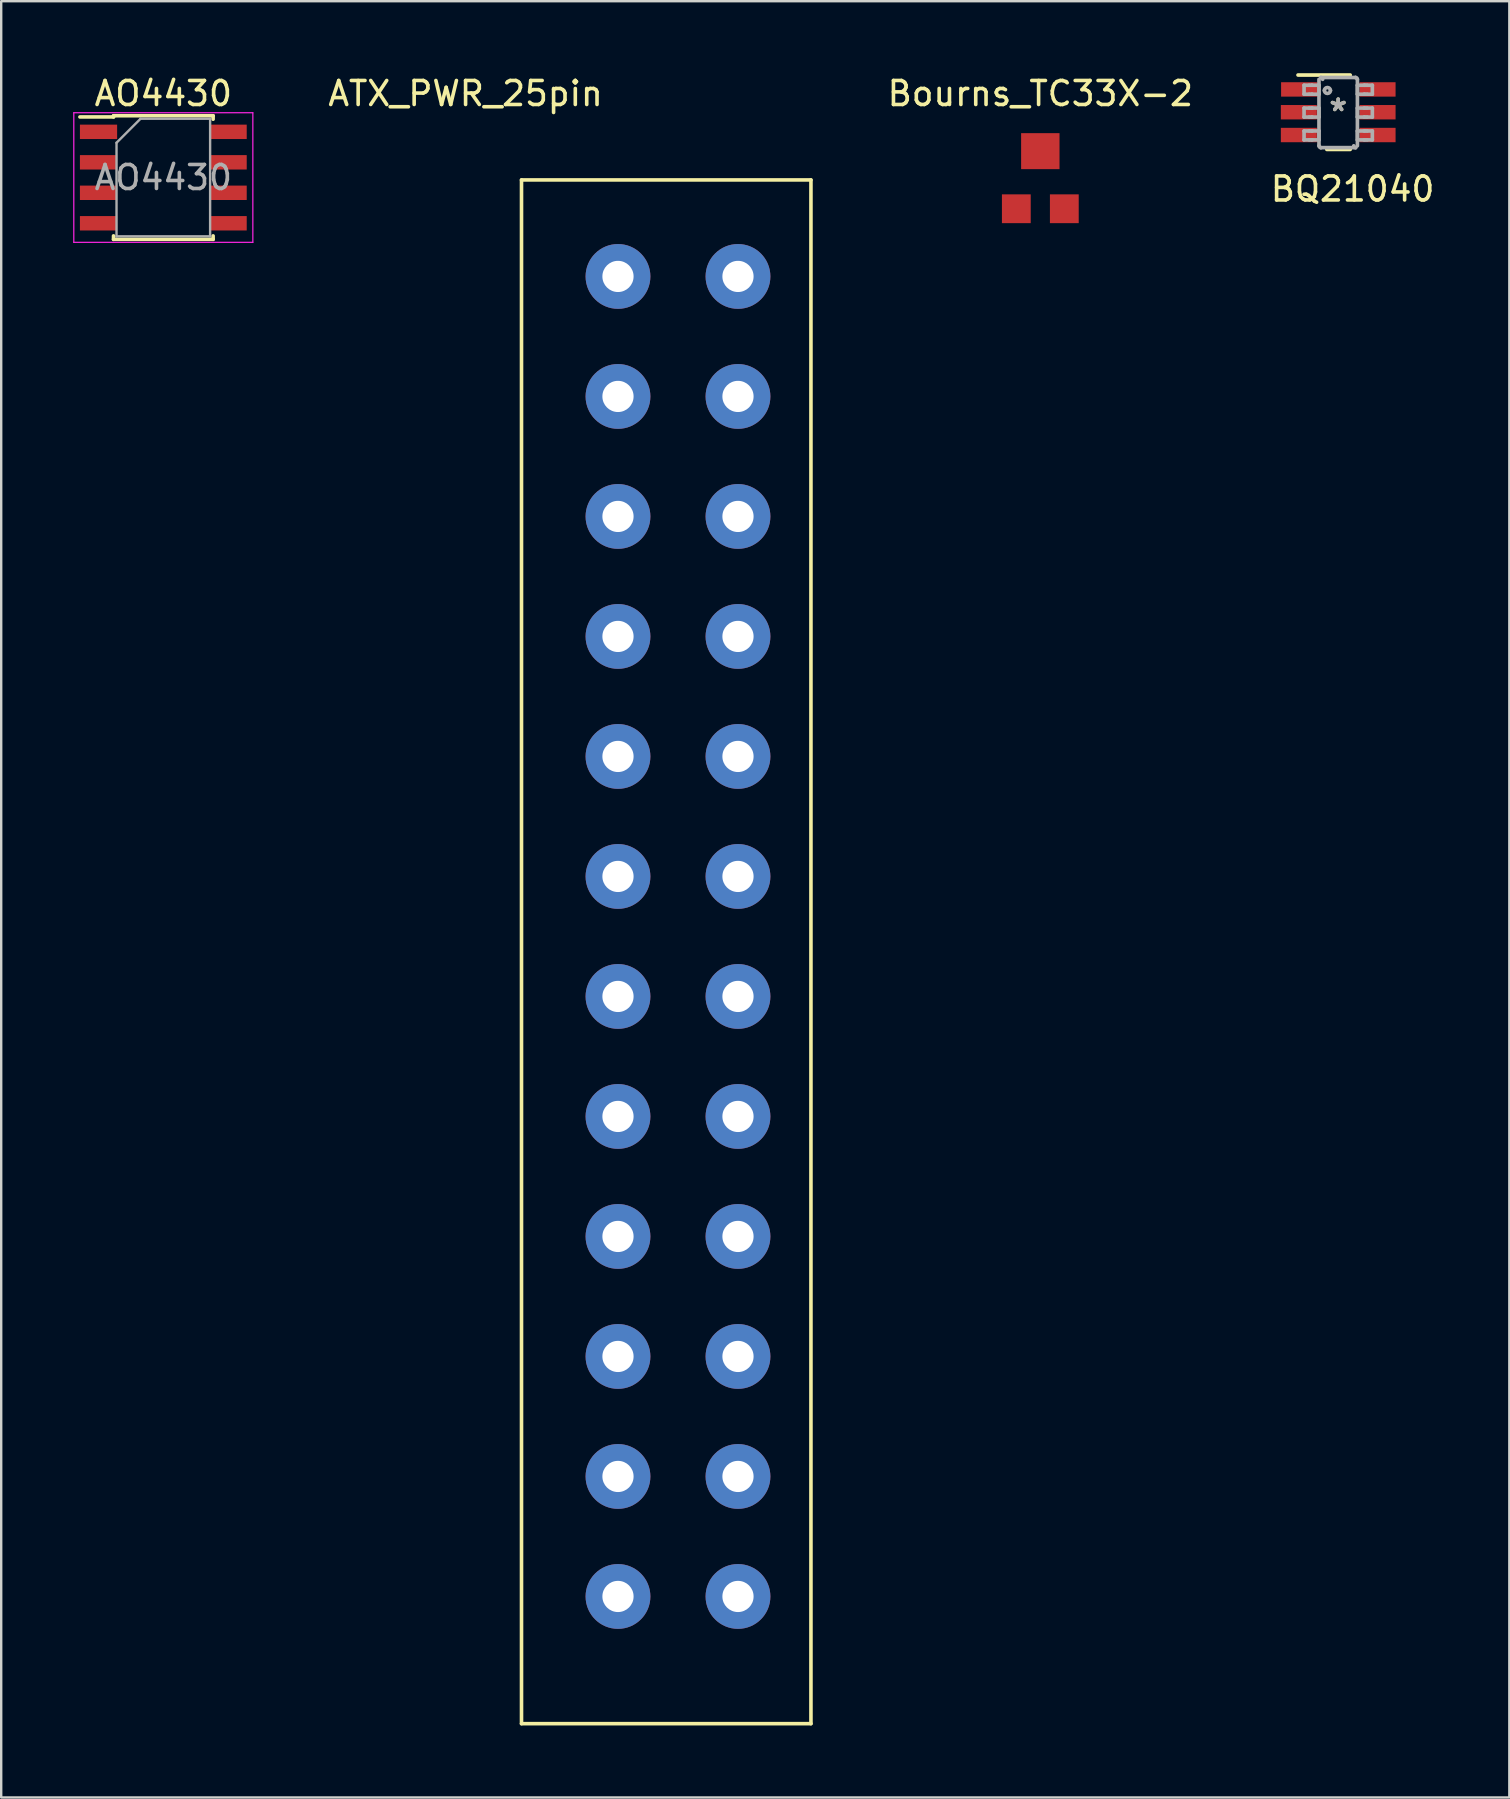
<source format=kicad_pcb>
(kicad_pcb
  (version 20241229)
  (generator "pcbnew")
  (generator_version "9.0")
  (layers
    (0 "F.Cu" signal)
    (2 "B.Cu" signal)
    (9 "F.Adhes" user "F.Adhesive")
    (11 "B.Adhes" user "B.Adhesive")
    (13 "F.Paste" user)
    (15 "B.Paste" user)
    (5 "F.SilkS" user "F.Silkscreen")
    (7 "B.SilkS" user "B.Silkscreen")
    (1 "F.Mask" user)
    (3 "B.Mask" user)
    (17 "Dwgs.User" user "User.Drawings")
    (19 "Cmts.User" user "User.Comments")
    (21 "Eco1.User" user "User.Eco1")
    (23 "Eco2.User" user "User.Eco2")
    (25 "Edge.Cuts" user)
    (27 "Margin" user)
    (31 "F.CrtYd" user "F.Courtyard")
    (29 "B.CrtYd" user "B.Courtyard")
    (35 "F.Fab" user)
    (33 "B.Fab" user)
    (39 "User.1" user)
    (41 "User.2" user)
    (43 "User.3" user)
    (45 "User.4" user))
  (footprint "Bourns_TC33X-2"
    (layer "F.Cu")
    (at 40.296 3.248)
    (property "Reference" "Bourns_TC33X-2" (at 0 -2.4 0) (layer "F.SilkS") (effects (font (size 1 1) (thickness 0.15))))
    (attr through_hole)
    (pad "1" smd rect (at 0 0) (size 1.6 1.5) (layers "F.Cu" "F.Mask" "F.Paste"))
    (pad "2" smd rect (at 1 2.4) (size 1.2 1.2) (layers "F.Cu" "F.Mask" "F.Paste"))
    (pad "3" smd rect (at -1 2.4) (size 1.2 1.2) (layers "F.Cu" "F.Mask" "F.Paste")))
  (footprint "AO4430"
    (layer "F.Cu")
    (at 3.755 4.348)
    (property "Reference" "AO4430" (at 0 -3.5 0) (layer "F.SilkS") (effects (font (size 1 1) (thickness 0.15))))
    (attr smd)
    (fp_line (start -2.075 -2.575) (end -2.075 -2.525) (stroke (width 0.15) (type solid)) (layer "F.SilkS"))
    (fp_line (start -2.075 -2.575) (end 2.075 -2.575) (stroke (width 0.15) (type solid)) (layer "F.SilkS"))
    (fp_line (start -2.075 -2.525) (end -3.475 -2.525) (stroke (width 0.15) (type solid)) (layer "F.SilkS"))
    (fp_line (start -2.075 2.575) (end -2.075 2.43) (stroke (width 0.15) (type solid)) (layer "F.SilkS"))
    (fp_line (start -2.075 2.575) (end 2.075 2.575) (stroke (width 0.15) (type solid)) (layer "F.SilkS"))
    (fp_line (start 2.075 -2.575) (end 2.075 -2.43) (stroke (width 0.15) (type solid)) (layer "F.SilkS"))
    (fp_line (start 2.075 2.575) (end 2.075 2.43) (stroke (width 0.15) (type solid)) (layer "F.SilkS"))
    (fp_line (start -3.73 -2.7) (end -3.73 2.7) (stroke (width 0.05) (type solid)) (layer "F.CrtYd"))
    (fp_line (start -3.73 -2.7) (end 3.73 -2.7) (stroke (width 0.05) (type solid)) (layer "F.CrtYd"))
    (fp_line (start -3.73 2.7) (end 3.73 2.7) (stroke (width 0.05) (type solid)) (layer "F.CrtYd"))
    (fp_line (start 3.73 -2.7) (end 3.73 2.7) (stroke (width 0.05) (type solid)) (layer "F.CrtYd"))
    (fp_line (start -1.95 -1.45) (end -0.95 -2.45) (stroke (width 0.1) (type solid)) (layer "F.Fab"))
    (fp_line (start -1.95 2.45) (end -1.95 -1.45) (stroke (width 0.1) (type solid)) (layer "F.Fab"))
    (fp_line (start -0.95 -2.45) (end 1.95 -2.45) (stroke (width 0.1) (type solid)) (layer "F.Fab"))
    (fp_line (start 1.95 -2.45) (end 1.95 2.45) (stroke (width 0.1) (type solid)) (layer "F.Fab"))
    (fp_line (start 1.95 2.45) (end -1.95 2.45) (stroke (width 0.1) (type solid)) (layer "F.Fab"))
    (fp_text user "${REFERENCE}" (at 0 0 0) (layer "F.Fab") (effects (font (size 1 1) (thickness 0.15))))
    (pad "1" smd rect (at -2.7 1.905) (size 1.55 0.6) (layers "F.Cu" "F.Mask" "F.Paste"))
    (pad "2" smd rect (at 2.7 -1.905) (size 1.55 0.6) (layers "F.Cu" "F.Mask" "F.Paste"))
    (pad "2" smd rect (at 2.7 -0.635) (size 1.55 0.6) (layers "F.Cu" "F.Mask" "F.Paste"))
    (pad "2" smd rect (at 2.7 0.635) (size 1.55 0.6) (layers "F.Cu" "F.Mask" "F.Paste"))
    (pad "2" smd rect (at 2.7 1.905) (size 1.55 0.6) (layers "F.Cu" "F.Mask" "F.Paste"))
    (pad "3" smd rect (at -2.7 -1.905) (size 1.55 0.6) (layers "F.Cu" "F.Mask" "F.Paste"))
    (pad "3" smd rect (at -2.7 -0.635) (size 1.55 0.6) (layers "F.Cu" "F.Mask" "F.Paste"))
    (pad "3" smd rect (at -2.7 0.635) (size 1.55 0.6) (layers "F.Cu" "F.Mask" "F.Paste")))
  (footprint "BQ21040"
    (layer "F.Cu")
    (at 52.708 1.626)
    (property "Reference" "BQ21040" (at 0.6 3.2 0) (layer "F.SilkS") (effects (font (size 1 1) (thickness 0.15))))
    (attr through_hole)
    (fp_line (start -1.675 -1.55) (end 0.5 -1.55) (stroke (width 0.152) (type solid)) (layer "F.SilkS"))
    (fp_line (start -0.475 1.55) (end 0.5 1.55) (stroke (width 0.152) (type solid)) (layer "F.SilkS"))
    (fp_line (start -1.423 -1.125) (end -1.206 -1.125) (stroke (width 0.152) (type solid)) (layer "F.Fab"))
    (fp_line (start -1.423 -0.751) (end -1.423 -1.125) (stroke (width 0.152) (type solid)) (layer "F.Fab"))
    (fp_line (start -1.423 -0.751) (end -1.206 -0.751) (stroke (width 0.152) (type solid)) (layer "F.Fab"))
    (fp_line (start -1.423 -0.173) (end -1.206 -0.173) (stroke (width 0.152) (type solid)) (layer "F.Fab"))
    (fp_line (start -1.423 0.202) (end -1.423 -0.173) (stroke (width 0.152) (type solid)) (layer "F.Fab"))
    (fp_line (start -1.423 0.202) (end -1.206 0.202) (stroke (width 0.152) (type solid)) (layer "F.Fab"))
    (fp_line (start -1.423 0.78) (end -1.206 0.78) (stroke (width 0.152) (type solid)) (layer "F.Fab"))
    (fp_line (start -1.423 1.154) (end -1.423 0.78) (stroke (width 0.152) (type solid)) (layer "F.Fab"))
    (fp_line (start -1.423 1.154) (end -1.206 1.154) (stroke (width 0.152) (type solid)) (layer "F.Fab"))
    (fp_line (start -1.206 -1.125) (end -1.113 -1.125) (stroke (width 0.152) (type solid)) (layer "F.Fab"))
    (fp_line (start -1.206 -0.751) (end -1.113 -0.751) (stroke (width 0.152) (type solid)) (layer "F.Fab"))
    (fp_line (start -1.206 -0.173) (end -1.113 -0.173) (stroke (width 0.152) (type solid)) (layer "F.Fab"))
    (fp_line (start -1.206 0.202) (end -1.113 0.202) (stroke (width 0.152) (type solid)) (layer "F.Fab"))
    (fp_line (start -1.206 0.78) (end -1.113 0.78) (stroke (width 0.152) (type solid)) (layer "F.Fab"))
    (fp_line (start -1.206 1.154) (end -1.113 1.154) (stroke (width 0.152) (type solid)) (layer "F.Fab"))
    (fp_line (start -1.113 -1.125) (end -1.081 -1.125) (stroke (width 0.152) (type solid)) (layer "F.Fab"))
    (fp_line (start -1.113 -0.751) (end -1.081 -0.751) (stroke (width 0.152) (type solid)) (layer "F.Fab"))
    (fp_line (start -1.113 -0.173) (end -1.081 -0.173) (stroke (width 0.152) (type solid)) (layer "F.Fab"))
    (fp_line (start -1.113 0.202) (end -1.081 0.202) (stroke (width 0.152) (type solid)) (layer "F.Fab"))
    (fp_line (start -1.113 0.78) (end -1.081 0.78) (stroke (width 0.152) (type solid)) (layer "F.Fab"))
    (fp_line (start -1.113 1.154) (end -1.081 1.154) (stroke (width 0.152) (type solid)) (layer "F.Fab"))
    (fp_line (start -1.081 -1.125) (end -0.828 -1.125) (stroke (width 0.152) (type solid)) (layer "F.Fab"))
    (fp_line (start -1.081 -0.751) (end -0.828 -0.751) (stroke (width 0.152) (type solid)) (layer "F.Fab"))
    (fp_line (start -1.081 -0.173) (end -0.828 -0.173) (stroke (width 0.152) (type solid)) (layer "F.Fab"))
    (fp_line (start -1.081 0.202) (end -0.828 0.202) (stroke (width 0.152) (type solid)) (layer "F.Fab"))
    (fp_line (start -1.081 0.78) (end -0.828 0.78) (stroke (width 0.152) (type solid)) (layer "F.Fab"))
    (fp_line (start -1.081 1.154) (end -0.828 1.154) (stroke (width 0.152) (type solid)) (layer "F.Fab"))
    (fp_line (start -0.828 -1.125) (end -0.801 -1.125) (stroke (width 0.152) (type solid)) (layer "F.Fab"))
    (fp_line (start -0.828 -0.751) (end -0.801 -0.751) (stroke (width 0.152) (type solid)) (layer "F.Fab"))
    (fp_line (start -0.828 -0.173) (end -0.801 -0.173) (stroke (width 0.152) (type solid)) (layer "F.Fab"))
    (fp_line (start -0.828 0.202) (end -0.801 0.202) (stroke (width 0.152) (type solid)) (layer "F.Fab"))
    (fp_line (start -0.828 0.78) (end -0.801 0.78) (stroke (width 0.152) (type solid)) (layer "F.Fab"))
    (fp_line (start -0.828 1.154) (end -0.801 1.154) (stroke (width 0.152) (type solid)) (layer "F.Fab"))
    (fp_line (start -0.801 -0.751) (end -0.801 -1.125) (stroke (width 0.152) (type solid)) (layer "F.Fab"))
    (fp_line (start -0.801 0.202) (end -0.801 -0.173) (stroke (width 0.152) (type solid)) (layer "F.Fab"))
    (fp_line (start -0.801 1.154) (end -0.801 0.78) (stroke (width 0.152) (type solid)) (layer "F.Fab"))
    (fp_line (start -0.801 1.399) (end -0.801 -1.37) (stroke (width 0.152) (type solid)) (layer "F.Fab"))
    (fp_line (start -0.725 -1.446) (end -0.724 -1.446) (stroke (width 0.152) (type solid)) (layer "F.Fab"))
    (fp_line (start -0.725 1.475) (end -0.724 1.475) (stroke (width 0.152) (type solid)) (layer "F.Fab"))
    (fp_line (start -0.724 -1.446) (end 0.723 -1.446) (stroke (width 0.152) (type solid)) (layer "F.Fab"))
    (fp_line (start -0.724 1.475) (end 0.723 1.475) (stroke (width 0.152) (type solid)) (layer "F.Fab"))
    (fp_line (start 0.723 -1.446) (end 0.724 -1.446) (stroke (width 0.152) (type solid)) (layer "F.Fab"))
    (fp_line (start 0.723 1.475) (end 0.724 1.475) (stroke (width 0.152) (type solid)) (layer "F.Fab"))
    (fp_line (start 0.8 -1.125) (end 0.827 -1.125) (stroke (width 0.152) (type solid)) (layer "F.Fab"))
    (fp_line (start 0.8 -0.751) (end 0.8 -1.125) (stroke (width 0.152) (type solid)) (layer "F.Fab"))
    (fp_line (start 0.8 -0.751) (end 0.827 -0.751) (stroke (width 0.152) (type solid)) (layer "F.Fab"))
    (fp_line (start 0.8 -0.173) (end 0.827 -0.173) (stroke (width 0.152) (type solid)) (layer "F.Fab"))
    (fp_line (start 0.8 0.202) (end 0.8 -0.173) (stroke (width 0.152) (type solid)) (layer "F.Fab"))
    (fp_line (start 0.8 0.202) (end 0.827 0.202) (stroke (width 0.152) (type solid)) (layer "F.Fab"))
    (fp_line (start 0.8 0.78) (end 0.827 0.78) (stroke (width 0.152) (type solid)) (layer "F.Fab"))
    (fp_line (start 0.8 1.154) (end 0.8 0.78) (stroke (width 0.152) (type solid)) (layer "F.Fab"))
    (fp_line (start 0.8 1.154) (end 0.827 1.154) (stroke (width 0.152) (type solid)) (layer "F.Fab"))
    (fp_line (start 0.8 1.399) (end 0.8 -1.37) (stroke (width 0.152) (type solid)) (layer "F.Fab"))
    (fp_line (start 0.827 -1.125) (end 1.08 -1.125) (stroke (width 0.152) (type solid)) (layer "F.Fab"))
    (fp_line (start 0.827 -0.751) (end 1.08 -0.751) (stroke (width 0.152) (type solid)) (layer "F.Fab"))
    (fp_line (start 0.827 -0.173) (end 1.08 -0.173) (stroke (width 0.152) (type solid)) (layer "F.Fab"))
    (fp_line (start 0.827 0.202) (end 1.08 0.202) (stroke (width 0.152) (type solid)) (layer "F.Fab"))
    (fp_line (start 0.827 0.78) (end 1.08 0.78) (stroke (width 0.152) (type solid)) (layer "F.Fab"))
    (fp_line (start 0.827 1.154) (end 1.08 1.154) (stroke (width 0.152) (type solid)) (layer "F.Fab"))
    (fp_line (start 1.08 -1.125) (end 1.112 -1.125) (stroke (width 0.152) (type solid)) (layer "F.Fab"))
    (fp_line (start 1.08 -0.751) (end 1.112 -0.751) (stroke (width 0.152) (type solid)) (layer "F.Fab"))
    (fp_line (start 1.08 -0.173) (end 1.112 -0.173) (stroke (width 0.152) (type solid)) (layer "F.Fab"))
    (fp_line (start 1.08 0.202) (end 1.112 0.202) (stroke (width 0.152) (type solid)) (layer "F.Fab"))
    (fp_line (start 1.08 0.78) (end 1.112 0.78) (stroke (width 0.152) (type solid)) (layer "F.Fab"))
    (fp_line (start 1.08 1.154) (end 1.112 1.154) (stroke (width 0.152) (type solid)) (layer "F.Fab"))
    (fp_line (start 1.112 -1.125) (end 1.205 -1.125) (stroke (width 0.152) (type solid)) (layer "F.Fab"))
    (fp_line (start 1.112 -0.751) (end 1.205 -0.751) (stroke (width 0.152) (type solid)) (layer "F.Fab"))
    (fp_line (start 1.112 -0.173) (end 1.205 -0.173) (stroke (width 0.152) (type solid)) (layer "F.Fab"))
    (fp_line (start 1.112 0.202) (end 1.205 0.202) (stroke (width 0.152) (type solid)) (layer "F.Fab"))
    (fp_line (start 1.112 0.78) (end 1.205 0.78) (stroke (width 0.152) (type solid)) (layer "F.Fab"))
    (fp_line (start 1.112 1.154) (end 1.205 1.154) (stroke (width 0.152) (type solid)) (layer "F.Fab"))
    (fp_line (start 1.205 -1.125) (end 1.422 -1.125) (stroke (width 0.152) (type solid)) (layer "F.Fab"))
    (fp_line (start 1.205 -0.751) (end 1.422 -0.751) (stroke (width 0.152) (type solid)) (layer "F.Fab"))
    (fp_line (start 1.205 -0.173) (end 1.422 -0.173) (stroke (width 0.152) (type solid)) (layer "F.Fab"))
    (fp_line (start 1.205 0.202) (end 1.422 0.202) (stroke (width 0.152) (type solid)) (layer "F.Fab"))
    (fp_line (start 1.205 0.78) (end 1.422 0.78) (stroke (width 0.152) (type solid)) (layer "F.Fab"))
    (fp_line (start 1.205 1.154) (end 1.422 1.154) (stroke (width 0.152) (type solid)) (layer "F.Fab"))
    (fp_line (start 1.422 -0.751) (end 1.422 -1.125) (stroke (width 0.152) (type solid)) (layer "F.Fab"))
    (fp_line (start 1.422 0.202) (end 1.422 -0.173) (stroke (width 0.152) (type solid)) (layer "F.Fab"))
    (fp_line (start 1.422 1.154) (end 1.422 0.78) (stroke (width 0.152) (type solid)) (layer "F.Fab"))
    (fp_arc (start -0.724487 1.475003) (mid -0.778145 1.45291) (end -0.800689 1.39944) (stroke (width 0.1524) (type solid)) (layer "F.Fab"))
    (fp_arc (start -0.724474 -1.446002) (mid -0.670807 -1.423905) (end -0.648259 -1.370426) (stroke (width 0.1524) (type solid)) (layer "F.Fab"))
    (fp_arc (start -0.576537 -0.906071) (mid -0.449562 -1.033046) (end -0.322587 -0.906071) (stroke (width 0.1524) (type solid)) (layer "F.Fab"))
    (fp_arc (start -0.322588 -0.906071) (mid -0.449562 -0.779097) (end -0.576536 -0.906071) (stroke (width 0.1524) (type solid)) (layer "F.Fab"))
    (fp_arc (start 0.723303 -1.446002) (mid 0.776961 -1.423909) (end 0.799505 -1.370439) (stroke (width 0.1524) (type solid)) (layer "F.Fab"))
    (fp_arc (start 0.723316 1.475003) (mid 0.669668 1.452913) (end 0.647127 1.399453) (stroke (width 0.1524) (type solid)) (layer "F.Fab"))
    (fp_text user "*" (at 0 0 0) (layer "F.SilkS") (effects (font (size 1 1) (thickness 0.15))))
    (fp_text user "Copyright 2016 Accelerated Designs. All rights reserved." (at 0 0 0) (layer "Cmts.User") (effects (font (size 0.127 0.127) (thickness 0.002))))
    (fp_text user "*" (at 0 0 0) (layer "F.Fab") (effects (font (size 1 1) (thickness 0.15))))
    (pad "1" smd rect (at -1.63 -0.95 90) (size 0.6 1.5) (layers "F.Cu" "F.Mask" "F.Paste"))
    (pad "2" smd rect (at -1.64 0 90) (size 0.6 1.5) (layers "F.Cu" "F.Mask" "F.Paste"))
    (pad "3" smd rect (at -1.64 0.95 90) (size 0.6 1.5) (layers "F.Cu" "F.Mask" "F.Paste"))
    (pad "4" smd rect (at 1.64 0.95 90) (size 0.6 1.5) (layers "F.Cu" "F.Mask" "F.Paste"))
    (pad "5" smd rect (at 1.64 0 90) (size 0.6 1.5) (layers "F.Cu" "F.Mask" "F.Paste"))
    (pad "6" smd rect (at 1.64 -0.95 90) (size 0.6 1.5) (layers "F.Cu" "F.Mask" "F.Paste")))
  (footprint "ATX_PWR_25pin"
    (layer "F.Cu")
    (at 22.699 8.468)
    (property "Reference" "ATX_PWR_25pin" (at -6.35 -7.62 0) (layer "F.SilkS") (effects (font (size 1 1) (thickness 0.15))))
    (attr through_hole)
    (fp_line (start -4.02 -4.02) (end 8.04 -4.02) (stroke (width 0.15) (type solid)) (layer "F.SilkS"))
    (fp_line (start -4.02 60.3) (end -4.02 -4.02) (stroke (width 0.15) (type solid)) (layer "F.SilkS"))
    (fp_line (start 8.04 -4.02) (end 8.04 60.3) (stroke (width 0.15) (type solid)) (layer "F.SilkS"))
    (fp_line (start 8.04 60.3) (end -4.02 60.3) (stroke (width 0.15) (type solid)) (layer "F.SilkS"))
    (pad "1" thru_hole circle (at 0 0) (size 2.7 2.7) (drill 1.3) (layers "*.Cu" "*.Mask"))
    (pad "2" thru_hole circle (at 0 5) (size 2.7 2.7) (drill 1.3) (layers "*.Cu" "*.Mask"))
    (pad "3" thru_hole circle (at 0 10) (size 2.7 2.7) (drill 1.3) (layers "*.Cu" "*.Mask"))
    (pad "4" thru_hole circle (at 0 15) (size 2.7 2.7) (drill 1.3) (layers "*.Cu" "*.Mask"))
    (pad "5" thru_hole circle (at 0 20) (size 2.7 2.7) (drill 1.3) (layers "*.Cu" "*.Mask"))
    (pad "6" thru_hole circle (at 0 25) (size 2.7 2.7) (drill 1.3) (layers "*.Cu" "*.Mask"))
    (pad "7" thru_hole circle (at 0 30) (size 2.7 2.7) (drill 1.3) (layers "*.Cu" "*.Mask"))
    (pad "8" thru_hole circle (at 0 35) (size 2.7 2.7) (drill 1.3) (layers "*.Cu" "*.Mask"))
    (pad "9" thru_hole circle (at 0 40) (size 2.7 2.7) (drill 1.3) (layers "*.Cu" "*.Mask"))
    (pad "10" thru_hole circle (at 0 45) (size 2.7 2.7) (drill 1.3) (layers "*.Cu" "*.Mask"))
    (pad "11" thru_hole circle (at 0 50) (size 2.7 2.7) (drill 1.3) (layers "*.Cu" "*.Mask"))
    (pad "12" thru_hole circle (at 0 55) (size 2.7 2.7) (drill 1.3) (layers "*.Cu" "*.Mask"))
    (pad "13" thru_hole circle (at 5 0) (size 2.7 2.7) (drill 1.3) (layers "*.Cu" "*.Mask"))
    (pad "14" thru_hole circle (at 5 5) (size 2.7 2.7) (drill 1.3) (layers "*.Cu" "*.Mask"))
    (pad "15" thru_hole circle (at 5 10) (size 2.7 2.7) (drill 1.3) (layers "*.Cu" "*.Mask"))
    (pad "16" thru_hole circle (at 5 15) (size 2.7 2.7) (drill 1.3) (layers "*.Cu" "*.Mask"))
    (pad "17" thru_hole circle (at 5 20) (size 2.7 2.7) (drill 1.3) (layers "*.Cu" "*.Mask"))
    (pad "18" thru_hole circle (at 5 25) (size 2.7 2.7) (drill 1.3) (layers "*.Cu" "*.Mask"))
    (pad "19" thru_hole circle (at 5 30) (size 2.7 2.7) (drill 1.3) (layers "*.Cu" "*.Mask"))
    (pad "20" thru_hole circle (at 5 35) (size 2.7 2.7) (drill 1.3) (layers "*.Cu" "*.Mask"))
    (pad "21" thru_hole circle (at 5 40) (size 2.7 2.7) (drill 1.3) (layers "*.Cu" "*.Mask"))
    (pad "22" thru_hole circle (at 5 45) (size 2.7 2.7) (drill 1.3) (layers "*.Cu" "*.Mask"))
    (pad "23" thru_hole circle (at 5 50) (size 2.7 2.7) (drill 1.3) (layers "*.Cu" "*.Mask"))
    (pad "24" thru_hole circle (at 5 55) (size 2.7 2.7) (drill 1.3) (layers "*.Cu" "*.Mask")))
  (gr_rect
    (start -3 -3)
    (end 59.838 71.843)
    (stroke (width 0.1) (type default))
    (fill no)
    (layer "Edge.Cuts")))
</source>
